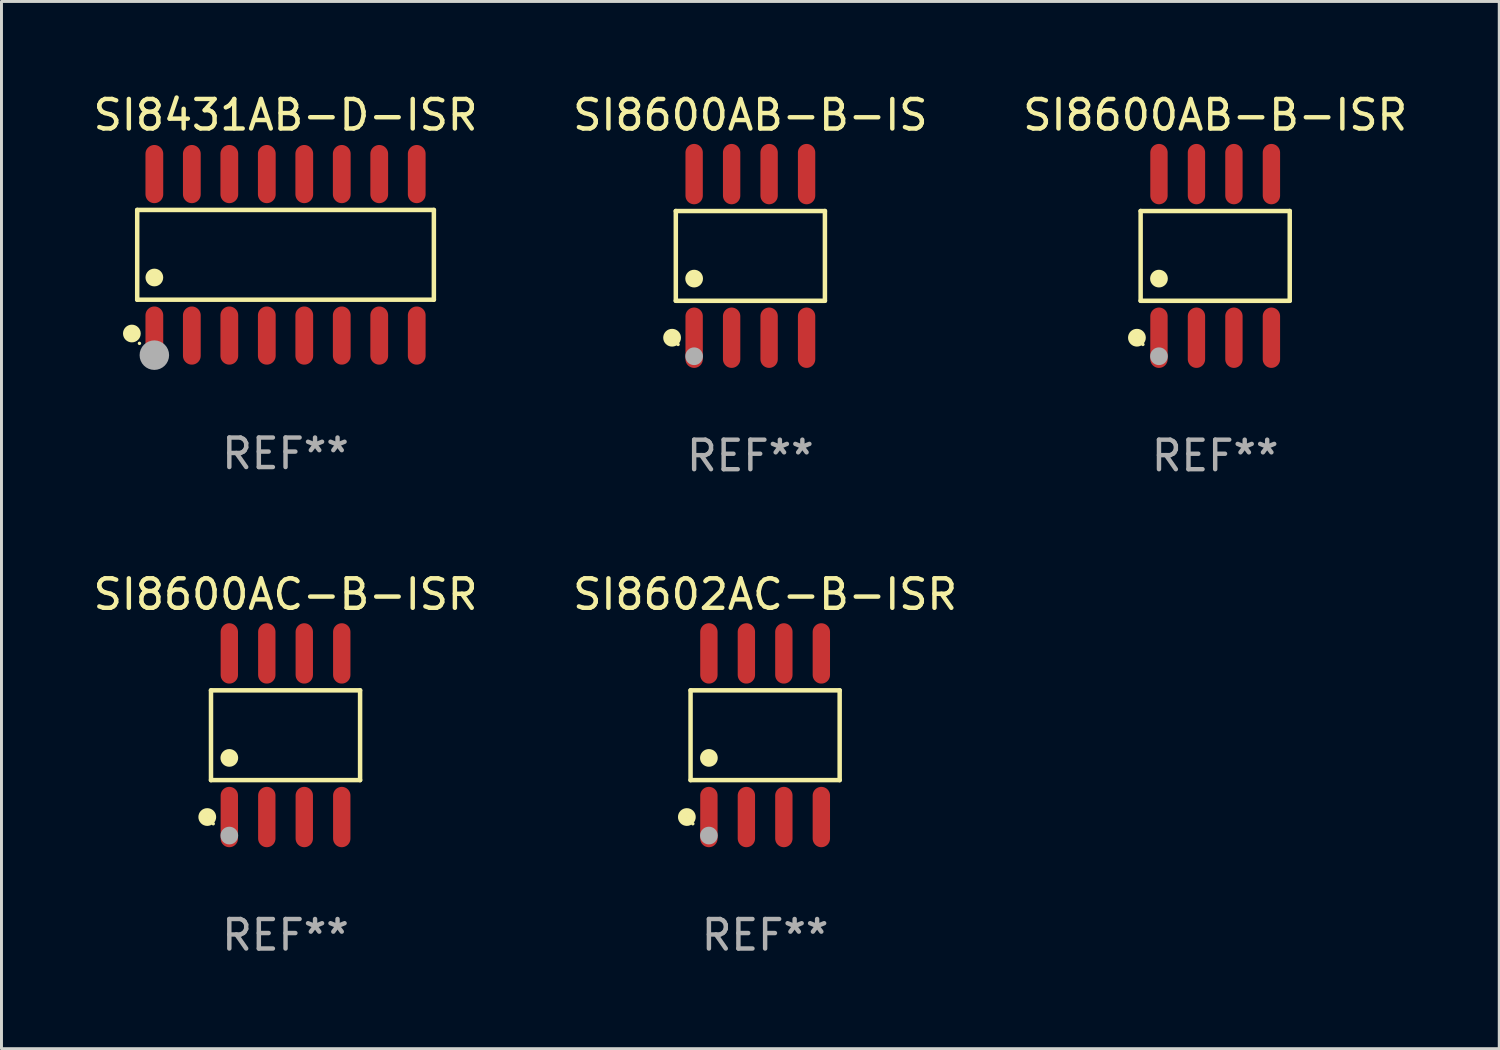
<source format=kicad_pcb>
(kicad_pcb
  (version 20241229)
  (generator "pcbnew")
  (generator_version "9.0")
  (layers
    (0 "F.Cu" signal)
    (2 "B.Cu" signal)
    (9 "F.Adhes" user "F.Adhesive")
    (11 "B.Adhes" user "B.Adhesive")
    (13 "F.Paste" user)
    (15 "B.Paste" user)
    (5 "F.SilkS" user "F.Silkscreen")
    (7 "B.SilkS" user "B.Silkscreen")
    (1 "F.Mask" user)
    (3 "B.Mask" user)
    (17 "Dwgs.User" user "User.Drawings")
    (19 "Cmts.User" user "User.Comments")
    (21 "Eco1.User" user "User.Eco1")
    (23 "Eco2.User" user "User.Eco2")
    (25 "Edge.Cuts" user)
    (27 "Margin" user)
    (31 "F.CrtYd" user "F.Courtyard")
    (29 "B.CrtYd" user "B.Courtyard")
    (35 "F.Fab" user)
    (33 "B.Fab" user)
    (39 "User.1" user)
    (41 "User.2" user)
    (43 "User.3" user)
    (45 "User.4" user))
  (footprint "SI8600AB-B-IS"
    (layer "F.Cu")
    (at 22.375 5.621)
    (property "Reference" "SI8600AB-B-IS" (at 0 -4.772 0) (layer "F.SilkS") (effects (font (size 1 1) (thickness 0.15))))
    (attr through_hole)
    (fp_line (start -2.526 -1.521) (end 2.526 -1.521) (stroke (width 0.152) (type solid)) (layer "F.SilkS"))
    (fp_line (start -2.526 1.521) (end -2.526 -1.521) (stroke (width 0.152) (type solid)) (layer "F.SilkS"))
    (fp_line (start 2.526 -1.521) (end 2.526 1.521) (stroke (width 0.152) (type solid)) (layer "F.SilkS"))
    (fp_line (start 2.526 1.521) (end -2.526 1.521) (stroke (width 0.152) (type solid)) (layer "F.SilkS"))
    (fp_circle (center -2.652 2.772) (end -2.501 2.772) (stroke (width 0.3) (type solid)) (fill no) (layer "F.SilkS"))
    (fp_circle (center -2.45 3) (end -2.42 3) (stroke (width 0.06) (type solid)) (fill no) (layer "F.SilkS"))
    (fp_circle (center -1.905 0.769) (end -1.755 0.769) (stroke (width 0.3) (type solid)) (fill no) (layer "F.SilkS"))
    (fp_circle (center -1.905 3.4) (end -1.755 3.4) (stroke (width 0.3) (type solid)) (fill no) (layer "F.Fab"))
    (fp_text user "REF**" (at 0 6.772 0) (layer "F.Fab") (effects (font (size 1 1) (thickness 0.15))))
    (pad "1" smd oval (at -1.905 2.772) (size 0.588 2.045) (layers "F.Cu" "F.Mask" "F.Paste"))
    (pad "2" smd oval (at -0.635 2.772) (size 0.588 2.045) (layers "F.Cu" "F.Mask" "F.Paste"))
    (pad "3" smd oval (at 0.635 2.772) (size 0.588 2.045) (layers "F.Cu" "F.Mask" "F.Paste"))
    (pad "4" smd oval (at 1.905 2.772) (size 0.588 2.045) (layers "F.Cu" "F.Mask" "F.Paste"))
    (pad "5" smd oval (at 1.905 -2.772) (size 0.588 2.045) (layers "F.Cu" "F.Mask" "F.Paste"))
    (pad "6" smd oval (at 0.635 -2.772) (size 0.588 2.045) (layers "F.Cu" "F.Mask" "F.Paste"))
    (pad "7" smd oval (at -0.635 -2.772) (size 0.588 2.045) (layers "F.Cu" "F.Mask" "F.Paste"))
    (pad "8" smd oval (at -1.905 -2.772) (size 0.588 2.045) (layers "F.Cu" "F.Mask" "F.Paste")))
  (footprint "SI8431AB-D-ISR"
    (layer "F.Cu")
    (at 6.625 5.584)
    (property "Reference" "SI8431AB-D-ISR" (at 0 -4.736 0) (layer "F.SilkS") (effects (font (size 1 1) (thickness 0.15))))
    (attr through_hole)
    (fp_line (start -5.026 -1.521) (end 5.026 -1.521) (stroke (width 0.152) (type solid)) (layer "F.SilkS"))
    (fp_line (start -5.026 1.521) (end -5.026 -1.521) (stroke (width 0.152) (type solid)) (layer "F.SilkS"))
    (fp_line (start 5.026 -1.521) (end 5.026 1.521) (stroke (width 0.152) (type solid)) (layer "F.SilkS"))
    (fp_line (start 5.026 1.521) (end -5.026 1.521) (stroke (width 0.152) (type solid)) (layer "F.SilkS"))
    (fp_circle (center -5.207 2.667) (end -5.057 2.667) (stroke (width 0.3) (type solid)) (fill no) (layer "F.SilkS"))
    (fp_circle (center -4.95 3) (end -4.92 3) (stroke (width 0.06) (type solid)) (fill no) (layer "F.SilkS"))
    (fp_circle (center -4.445 0.769) (end -4.295 0.769) (stroke (width 0.3) (type solid)) (fill no) (layer "F.SilkS"))
    (fp_circle (center -4.445 3.4) (end -4.195 3.4) (stroke (width 0.5) (type solid)) (fill no) (layer "F.Fab"))
    (fp_text user "REF**" (at 0 6.736 0) (layer "F.Fab") (effects (font (size 1 1) (thickness 0.15))))
    (pad "1" smd oval (at -4.445 2.736) (size 0.602 1.971) (layers "F.Cu" "F.Mask" "F.Paste"))
    (pad "2" smd oval (at -3.175 2.736) (size 0.602 1.971) (layers "F.Cu" "F.Mask" "F.Paste"))
    (pad "3" smd oval (at -1.905 2.736) (size 0.602 1.971) (layers "F.Cu" "F.Mask" "F.Paste"))
    (pad "4" smd oval (at -0.635 2.736) (size 0.602 1.971) (layers "F.Cu" "F.Mask" "F.Paste"))
    (pad "5" smd oval (at 0.635 2.736) (size 0.602 1.971) (layers "F.Cu" "F.Mask" "F.Paste"))
    (pad "6" smd oval (at 1.905 2.736) (size 0.602 1.971) (layers "F.Cu" "F.Mask" "F.Paste"))
    (pad "7" smd oval (at 3.175 2.736) (size 0.602 1.971) (layers "F.Cu" "F.Mask" "F.Paste"))
    (pad "8" smd oval (at 4.445 2.736) (size 0.602 1.971) (layers "F.Cu" "F.Mask" "F.Paste"))
    (pad "9" smd oval (at 4.445 -2.736) (size 0.602 1.971) (layers "F.Cu" "F.Mask" "F.Paste"))
    (pad "10" smd oval (at 3.175 -2.736) (size 0.602 1.971) (layers "F.Cu" "F.Mask" "F.Paste"))
    (pad "11" smd oval (at 1.905 -2.736) (size 0.602 1.971) (layers "F.Cu" "F.Mask" "F.Paste"))
    (pad "12" smd oval (at 0.635 -2.736) (size 0.602 1.971) (layers "F.Cu" "F.Mask" "F.Paste"))
    (pad "13" smd oval (at -0.635 -2.736) (size 0.602 1.971) (layers "F.Cu" "F.Mask" "F.Paste"))
    (pad "14" smd oval (at -1.905 -2.736) (size 0.602 1.971) (layers "F.Cu" "F.Mask" "F.Paste"))
    (pad "15" smd oval (at -3.175 -2.736) (size 0.602 1.971) (layers "F.Cu" "F.Mask" "F.Paste"))
    (pad "16" smd oval (at -4.445 -2.736) (size 0.602 1.971) (layers "F.Cu" "F.Mask" "F.Paste")))
  (footprint "SI8600AB-B-ISR"
    (layer "F.Cu")
    (at 38.125 5.621)
    (property "Reference" "SI8600AB-B-ISR" (at 0 -4.772 0) (layer "F.SilkS") (effects (font (size 1 1) (thickness 0.15))))
    (attr through_hole)
    (fp_line (start -2.526 -1.521) (end 2.526 -1.521) (stroke (width 0.152) (type solid)) (layer "F.SilkS"))
    (fp_line (start -2.526 1.521) (end -2.526 -1.521) (stroke (width 0.152) (type solid)) (layer "F.SilkS"))
    (fp_line (start 2.526 -1.521) (end 2.526 1.521) (stroke (width 0.152) (type solid)) (layer "F.SilkS"))
    (fp_line (start 2.526 1.521) (end -2.526 1.521) (stroke (width 0.152) (type solid)) (layer "F.SilkS"))
    (fp_circle (center -2.652 2.772) (end -2.501 2.772) (stroke (width 0.3) (type solid)) (fill no) (layer "F.SilkS"))
    (fp_circle (center -2.45 3) (end -2.42 3) (stroke (width 0.06) (type solid)) (fill no) (layer "F.SilkS"))
    (fp_circle (center -1.905 0.769) (end -1.755 0.769) (stroke (width 0.3) (type solid)) (fill no) (layer "F.SilkS"))
    (fp_circle (center -1.905 3.4) (end -1.755 3.4) (stroke (width 0.3) (type solid)) (fill no) (layer "F.Fab"))
    (fp_text user "REF**" (at 0 6.772 0) (layer "F.Fab") (effects (font (size 1 1) (thickness 0.15))))
    (pad "1" smd oval (at -1.905 2.772) (size 0.588 2.045) (layers "F.Cu" "F.Mask" "F.Paste"))
    (pad "2" smd oval (at -0.635 2.772) (size 0.588 2.045) (layers "F.Cu" "F.Mask" "F.Paste"))
    (pad "3" smd oval (at 0.635 2.772) (size 0.588 2.045) (layers "F.Cu" "F.Mask" "F.Paste"))
    (pad "4" smd oval (at 1.905 2.772) (size 0.588 2.045) (layers "F.Cu" "F.Mask" "F.Paste"))
    (pad "5" smd oval (at 1.905 -2.772) (size 0.588 2.045) (layers "F.Cu" "F.Mask" "F.Paste"))
    (pad "6" smd oval (at 0.635 -2.772) (size 0.588 2.045) (layers "F.Cu" "F.Mask" "F.Paste"))
    (pad "7" smd oval (at -0.635 -2.772) (size 0.588 2.045) (layers "F.Cu" "F.Mask" "F.Paste"))
    (pad "8" smd oval (at -1.905 -2.772) (size 0.588 2.045) (layers "F.Cu" "F.Mask" "F.Paste")))
  (footprint "SI8602AC-B-ISR"
    (layer "F.Cu")
    (at 22.875 21.862)
    (property "Reference" "SI8602AC-B-ISR" (at 0 -4.772 0) (layer "F.SilkS") (effects (font (size 1 1) (thickness 0.15))))
    (attr through_hole)
    (fp_line (start -2.526 -1.521) (end 2.526 -1.521) (stroke (width 0.152) (type solid)) (layer "F.SilkS"))
    (fp_line (start -2.526 1.521) (end -2.526 -1.521) (stroke (width 0.152) (type solid)) (layer "F.SilkS"))
    (fp_line (start 2.526 -1.521) (end 2.526 1.521) (stroke (width 0.152) (type solid)) (layer "F.SilkS"))
    (fp_line (start 2.526 1.521) (end -2.526 1.521) (stroke (width 0.152) (type solid)) (layer "F.SilkS"))
    (fp_circle (center -2.652 2.772) (end -2.501 2.772) (stroke (width 0.3) (type solid)) (fill no) (layer "F.SilkS"))
    (fp_circle (center -2.45 3) (end -2.42 3) (stroke (width 0.06) (type solid)) (fill no) (layer "F.SilkS"))
    (fp_circle (center -1.905 0.769) (end -1.755 0.769) (stroke (width 0.3) (type solid)) (fill no) (layer "F.SilkS"))
    (fp_circle (center -1.905 3.4) (end -1.755 3.4) (stroke (width 0.3) (type solid)) (fill no) (layer "F.Fab"))
    (fp_text user "REF**" (at 0 6.772 0) (layer "F.Fab") (effects (font (size 1 1) (thickness 0.15))))
    (pad "1" smd oval (at -1.905 2.772) (size 0.588 2.045) (layers "F.Cu" "F.Mask" "F.Paste"))
    (pad "2" smd oval (at -0.635 2.772) (size 0.588 2.045) (layers "F.Cu" "F.Mask" "F.Paste"))
    (pad "3" smd oval (at 0.635 2.772) (size 0.588 2.045) (layers "F.Cu" "F.Mask" "F.Paste"))
    (pad "4" smd oval (at 1.905 2.772) (size 0.588 2.045) (layers "F.Cu" "F.Mask" "F.Paste"))
    (pad "5" smd oval (at 1.905 -2.772) (size 0.588 2.045) (layers "F.Cu" "F.Mask" "F.Paste"))
    (pad "6" smd oval (at 0.635 -2.772) (size 0.588 2.045) (layers "F.Cu" "F.Mask" "F.Paste"))
    (pad "7" smd oval (at -0.635 -2.772) (size 0.588 2.045) (layers "F.Cu" "F.Mask" "F.Paste"))
    (pad "8" smd oval (at -1.905 -2.772) (size 0.588 2.045) (layers "F.Cu" "F.Mask" "F.Paste")))
  (footprint "SI8600AC-B-ISR"
    (layer "F.Cu")
    (at 6.625 21.862)
    (property "Reference" "SI8600AC-B-ISR" (at 0 -4.772 0) (layer "F.SilkS") (effects (font (size 1 1) (thickness 0.15))))
    (attr through_hole)
    (fp_line (start -2.526 -1.521) (end 2.526 -1.521) (stroke (width 0.152) (type solid)) (layer "F.SilkS"))
    (fp_line (start -2.526 1.521) (end -2.526 -1.521) (stroke (width 0.152) (type solid)) (layer "F.SilkS"))
    (fp_line (start 2.526 -1.521) (end 2.526 1.521) (stroke (width 0.152) (type solid)) (layer "F.SilkS"))
    (fp_line (start 2.526 1.521) (end -2.526 1.521) (stroke (width 0.152) (type solid)) (layer "F.SilkS"))
    (fp_circle (center -2.652 2.772) (end -2.501 2.772) (stroke (width 0.3) (type solid)) (fill no) (layer "F.SilkS"))
    (fp_circle (center -2.45 3) (end -2.42 3) (stroke (width 0.06) (type solid)) (fill no) (layer "F.SilkS"))
    (fp_circle (center -1.905 0.769) (end -1.755 0.769) (stroke (width 0.3) (type solid)) (fill no) (layer "F.SilkS"))
    (fp_circle (center -1.905 3.4) (end -1.755 3.4) (stroke (width 0.3) (type solid)) (fill no) (layer "F.Fab"))
    (fp_text user "REF**" (at 0 6.772 0) (layer "F.Fab") (effects (font (size 1 1) (thickness 0.15))))
    (pad "1" smd oval (at -1.905 2.772) (size 0.588 2.045) (layers "F.Cu" "F.Mask" "F.Paste"))
    (pad "2" smd oval (at -0.635 2.772) (size 0.588 2.045) (layers "F.Cu" "F.Mask" "F.Paste"))
    (pad "3" smd oval (at 0.635 2.772) (size 0.588 2.045) (layers "F.Cu" "F.Mask" "F.Paste"))
    (pad "4" smd oval (at 1.905 2.772) (size 0.588 2.045) (layers "F.Cu" "F.Mask" "F.Paste"))
    (pad "5" smd oval (at 1.905 -2.772) (size 0.588 2.045) (layers "F.Cu" "F.Mask" "F.Paste"))
    (pad "6" smd oval (at 0.635 -2.772) (size 0.588 2.045) (layers "F.Cu" "F.Mask" "F.Paste"))
    (pad "7" smd oval (at -0.635 -2.772) (size 0.588 2.045) (layers "F.Cu" "F.Mask" "F.Paste"))
    (pad "8" smd oval (at -1.905 -2.772) (size 0.588 2.045) (layers "F.Cu" "F.Mask" "F.Paste")))
  (gr_rect
    (start -3 -3)
    (end 47.75 32.483)
    (stroke (width 0.1) (type default))
    (fill no)
    (layer "Edge.Cuts")))
</source>
